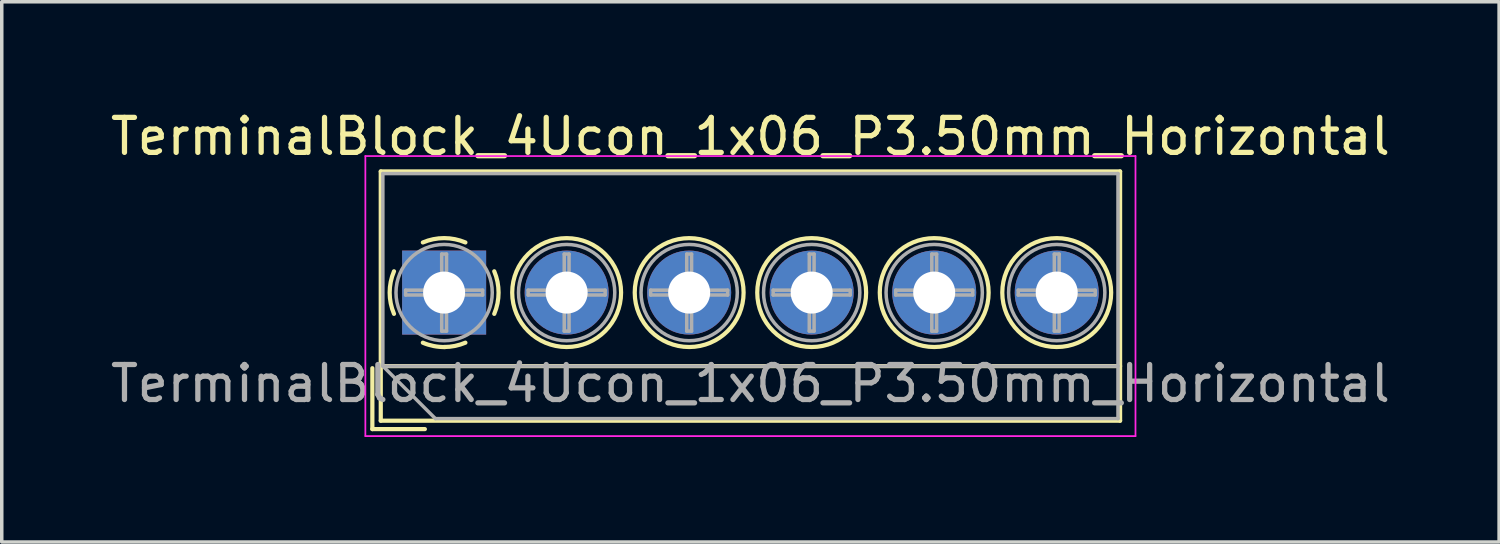
<source format=kicad_pcb>
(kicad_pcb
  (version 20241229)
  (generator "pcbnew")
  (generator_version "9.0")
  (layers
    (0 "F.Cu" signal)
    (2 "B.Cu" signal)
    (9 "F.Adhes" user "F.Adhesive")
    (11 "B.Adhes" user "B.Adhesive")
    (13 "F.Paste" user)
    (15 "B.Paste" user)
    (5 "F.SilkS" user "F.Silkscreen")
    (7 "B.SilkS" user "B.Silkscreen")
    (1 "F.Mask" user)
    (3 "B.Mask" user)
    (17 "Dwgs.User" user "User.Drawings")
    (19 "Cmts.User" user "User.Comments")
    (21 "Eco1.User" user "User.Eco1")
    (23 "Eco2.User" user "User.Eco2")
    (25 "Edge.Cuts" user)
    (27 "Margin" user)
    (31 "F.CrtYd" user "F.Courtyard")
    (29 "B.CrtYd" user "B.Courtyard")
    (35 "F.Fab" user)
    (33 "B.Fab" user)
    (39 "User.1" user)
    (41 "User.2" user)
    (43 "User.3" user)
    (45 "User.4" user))
  (footprint "TerminalBlock_4Ucon_1x06_P3.50mm_Horizontal"
    (layer "F.Cu")
    (at 9.637 5.308)
    (property "Reference" "TerminalBlock_4Ucon_1x06_P3.50mm_Horizontal" (at 8.75 -4.46 0) (layer "F.SilkS") (effects (font (size 1 1) (thickness 0.15))))
    (attr through_hole)
    (fp_line (start -2.05 2.16) (end -2.05 3.9) (stroke (width 0.12) (type solid)) (layer "F.SilkS"))
    (fp_line (start -2.05 3.9) (end -0.55 3.9) (stroke (width 0.12) (type solid)) (layer "F.SilkS"))
    (fp_line (start -1.81 -3.46) (end -1.81 3.66) (stroke (width 0.12) (type solid)) (layer "F.SilkS"))
    (fp_line (start -1.81 2.1) (end 19.31 2.1) (stroke (width 0.12) (type solid)) (layer "F.SilkS"))
    (fp_line (start -1.81 3.66) (end 19.31 3.66) (stroke (width 0.12) (type solid)) (layer "F.SilkS"))
    (fp_line (start 19.31 -3.46) (end -1.81 -3.46) (stroke (width 0.12) (type solid)) (layer "F.SilkS"))
    (fp_line (start 19.31 3.66) (end 19.31 -3.46) (stroke (width 0.12) (type solid)) (layer "F.SilkS"))
    (fp_arc (start -1.432109 0.607742) (mid -1.555727 -0.00014) (end -1.432 -0.608) (stroke (width 0.12) (type solid)) (layer "F.SilkS"))
    (fp_arc (start -0.607742 -1.432109) (mid 0.00014 -1.555727) (end 0.608 -1.432) (stroke (width 0.12) (type solid)) (layer "F.SilkS"))
    (fp_arc (start 0.027011 1.555493) (mid -0.296984 1.527118) (end -0.608 1.432) (stroke (width 0.12) (type solid)) (layer "F.SilkS"))
    (fp_arc (start 0.607587 1.431385) (mid 0.310017 1.523783) (end 0 1.555) (stroke (width 0.12) (type solid)) (layer "F.SilkS"))
    (fp_arc (start 1.432109 -0.607742) (mid 1.555727 0.00014) (end 1.432 0.608) (stroke (width 0.12) (type solid)) (layer "F.SilkS"))
    (fp_circle (center 3.5 0) (end 5.055 0) (stroke (width 0.12) (type solid)) (fill no) (layer "F.SilkS"))
    (fp_circle (center 7 0) (end 8.555 0) (stroke (width 0.12) (type solid)) (fill no) (layer "F.SilkS"))
    (fp_circle (center 10.5 0) (end 12.055 0) (stroke (width 0.12) (type solid)) (fill no) (layer "F.SilkS"))
    (fp_circle (center 14 0) (end 15.555 0) (stroke (width 0.12) (type solid)) (fill no) (layer "F.SilkS"))
    (fp_circle (center 17.5 0) (end 19.055 0) (stroke (width 0.12) (type solid)) (fill no) (layer "F.SilkS"))
    (fp_line (start -2.25 -3.9) (end -2.25 4.1) (stroke (width 0.05) (type solid)) (layer "F.CrtYd"))
    (fp_line (start -2.25 4.1) (end 19.75 4.1) (stroke (width 0.05) (type solid)) (layer "F.CrtYd"))
    (fp_line (start 19.75 -3.9) (end -2.25 -3.9) (stroke (width 0.05) (type solid)) (layer "F.CrtYd"))
    (fp_line (start 19.75 4.1) (end 19.75 -3.9) (stroke (width 0.05) (type solid)) (layer "F.CrtYd"))
    (fp_line (start -1.75 -3.4) (end 19.25 -3.4) (stroke (width 0.1) (type solid)) (layer "F.Fab"))
    (fp_line (start -1.75 2.1) (end -1.75 -3.4) (stroke (width 0.1) (type solid)) (layer "F.Fab"))
    (fp_line (start -1.75 2.1) (end 19.25 2.1) (stroke (width 0.1) (type solid)) (layer "F.Fab"))
    (fp_line (start -1.1 -0.069) (end -0.069 -0.069) (stroke (width 0.1) (type solid)) (layer "F.Fab"))
    (fp_line (start -1.1 0.069) (end -1.1 -0.069) (stroke (width 0.1) (type solid)) (layer "F.Fab"))
    (fp_line (start -0.25 3.6) (end -1.75 2.1) (stroke (width 0.1) (type solid)) (layer "F.Fab"))
    (fp_line (start -0.069 -1.1) (end 0.069 -1.1) (stroke (width 0.1) (type solid)) (layer "F.Fab"))
    (fp_line (start -0.069 -0.069) (end -0.069 -1.1) (stroke (width 0.1) (type solid)) (layer "F.Fab"))
    (fp_line (start -0.069 0.069) (end -1.1 0.069) (stroke (width 0.1) (type solid)) (layer "F.Fab"))
    (fp_line (start -0.069 1.1) (end -0.069 0.069) (stroke (width 0.1) (type solid)) (layer "F.Fab"))
    (fp_line (start 0.069 -1.1) (end 0.069 -0.069) (stroke (width 0.1) (type solid)) (layer "F.Fab"))
    (fp_line (start 0.069 -0.069) (end 1.1 -0.069) (stroke (width 0.1) (type solid)) (layer "F.Fab"))
    (fp_line (start 0.069 0.069) (end 0.069 1.1) (stroke (width 0.1) (type solid)) (layer "F.Fab"))
    (fp_line (start 0.069 1.1) (end -0.069 1.1) (stroke (width 0.1) (type solid)) (layer "F.Fab"))
    (fp_line (start 1.1 -0.069) (end 1.1 0.069) (stroke (width 0.1) (type solid)) (layer "F.Fab"))
    (fp_line (start 1.1 0.069) (end 0.069 0.069) (stroke (width 0.1) (type solid)) (layer "F.Fab"))
    (fp_line (start 2.4 -0.069) (end 3.431 -0.069) (stroke (width 0.1) (type solid)) (layer "F.Fab"))
    (fp_line (start 2.4 0.069) (end 2.4 -0.069) (stroke (width 0.1) (type solid)) (layer "F.Fab"))
    (fp_line (start 3.431 -1.1) (end 3.569 -1.1) (stroke (width 0.1) (type solid)) (layer "F.Fab"))
    (fp_line (start 3.431 -0.069) (end 3.431 -1.1) (stroke (width 0.1) (type solid)) (layer "F.Fab"))
    (fp_line (start 3.431 0.069) (end 2.4 0.069) (stroke (width 0.1) (type solid)) (layer "F.Fab"))
    (fp_line (start 3.431 1.1) (end 3.431 0.069) (stroke (width 0.1) (type solid)) (layer "F.Fab"))
    (fp_line (start 3.569 -1.1) (end 3.569 -0.069) (stroke (width 0.1) (type solid)) (layer "F.Fab"))
    (fp_line (start 3.569 -0.069) (end 4.6 -0.069) (stroke (width 0.1) (type solid)) (layer "F.Fab"))
    (fp_line (start 3.569 0.069) (end 3.569 1.1) (stroke (width 0.1) (type solid)) (layer "F.Fab"))
    (fp_line (start 3.569 1.1) (end 3.431 1.1) (stroke (width 0.1) (type solid)) (layer "F.Fab"))
    (fp_line (start 4.6 -0.069) (end 4.6 0.069) (stroke (width 0.1) (type solid)) (layer "F.Fab"))
    (fp_line (start 4.6 0.069) (end 3.569 0.069) (stroke (width 0.1) (type solid)) (layer "F.Fab"))
    (fp_line (start 5.9 -0.069) (end 6.931 -0.069) (stroke (width 0.1) (type solid)) (layer "F.Fab"))
    (fp_line (start 5.9 0.069) (end 5.9 -0.069) (stroke (width 0.1) (type solid)) (layer "F.Fab"))
    (fp_line (start 6.931 -1.1) (end 7.069 -1.1) (stroke (width 0.1) (type solid)) (layer "F.Fab"))
    (fp_line (start 6.931 -0.069) (end 6.931 -1.1) (stroke (width 0.1) (type solid)) (layer "F.Fab"))
    (fp_line (start 6.931 0.069) (end 5.9 0.069) (stroke (width 0.1) (type solid)) (layer "F.Fab"))
    (fp_line (start 6.931 1.1) (end 6.931 0.069) (stroke (width 0.1) (type solid)) (layer "F.Fab"))
    (fp_line (start 7.069 -1.1) (end 7.069 -0.069) (stroke (width 0.1) (type solid)) (layer "F.Fab"))
    (fp_line (start 7.069 -0.069) (end 8.1 -0.069) (stroke (width 0.1) (type solid)) (layer "F.Fab"))
    (fp_line (start 7.069 0.069) (end 7.069 1.1) (stroke (width 0.1) (type solid)) (layer "F.Fab"))
    (fp_line (start 7.069 1.1) (end 6.931 1.1) (stroke (width 0.1) (type solid)) (layer "F.Fab"))
    (fp_line (start 8.1 -0.069) (end 8.1 0.069) (stroke (width 0.1) (type solid)) (layer "F.Fab"))
    (fp_line (start 8.1 0.069) (end 7.069 0.069) (stroke (width 0.1) (type solid)) (layer "F.Fab"))
    (fp_line (start 9.4 -0.069) (end 10.431 -0.069) (stroke (width 0.1) (type solid)) (layer "F.Fab"))
    (fp_line (start 9.4 0.069) (end 9.4 -0.069) (stroke (width 0.1) (type solid)) (layer "F.Fab"))
    (fp_line (start 10.431 -1.1) (end 10.569 -1.1) (stroke (width 0.1) (type solid)) (layer "F.Fab"))
    (fp_line (start 10.431 -0.069) (end 10.431 -1.1) (stroke (width 0.1) (type solid)) (layer "F.Fab"))
    (fp_line (start 10.431 0.069) (end 9.4 0.069) (stroke (width 0.1) (type solid)) (layer "F.Fab"))
    (fp_line (start 10.431 1.1) (end 10.431 0.069) (stroke (width 0.1) (type solid)) (layer "F.Fab"))
    (fp_line (start 10.569 -1.1) (end 10.569 -0.069) (stroke (width 0.1) (type solid)) (layer "F.Fab"))
    (fp_line (start 10.569 -0.069) (end 11.6 -0.069) (stroke (width 0.1) (type solid)) (layer "F.Fab"))
    (fp_line (start 10.569 0.069) (end 10.569 1.1) (stroke (width 0.1) (type solid)) (layer "F.Fab"))
    (fp_line (start 10.569 1.1) (end 10.431 1.1) (stroke (width 0.1) (type solid)) (layer "F.Fab"))
    (fp_line (start 11.6 -0.069) (end 11.6 0.069) (stroke (width 0.1) (type solid)) (layer "F.Fab"))
    (fp_line (start 11.6 0.069) (end 10.569 0.069) (stroke (width 0.1) (type solid)) (layer "F.Fab"))
    (fp_line (start 12.9 -0.069) (end 13.931 -0.069) (stroke (width 0.1) (type solid)) (layer "F.Fab"))
    (fp_line (start 12.9 0.069) (end 12.9 -0.069) (stroke (width 0.1) (type solid)) (layer "F.Fab"))
    (fp_line (start 13.931 -1.1) (end 14.069 -1.1) (stroke (width 0.1) (type solid)) (layer "F.Fab"))
    (fp_line (start 13.931 -0.069) (end 13.931 -1.1) (stroke (width 0.1) (type solid)) (layer "F.Fab"))
    (fp_line (start 13.931 0.069) (end 12.9 0.069) (stroke (width 0.1) (type solid)) (layer "F.Fab"))
    (fp_line (start 13.931 1.1) (end 13.931 0.069) (stroke (width 0.1) (type solid)) (layer "F.Fab"))
    (fp_line (start 14.069 -1.1) (end 14.069 -0.069) (stroke (width 0.1) (type solid)) (layer "F.Fab"))
    (fp_line (start 14.069 -0.069) (end 15.1 -0.069) (stroke (width 0.1) (type solid)) (layer "F.Fab"))
    (fp_line (start 14.069 0.069) (end 14.069 1.1) (stroke (width 0.1) (type solid)) (layer "F.Fab"))
    (fp_line (start 14.069 1.1) (end 13.931 1.1) (stroke (width 0.1) (type solid)) (layer "F.Fab"))
    (fp_line (start 15.1 -0.069) (end 15.1 0.069) (stroke (width 0.1) (type solid)) (layer "F.Fab"))
    (fp_line (start 15.1 0.069) (end 14.069 0.069) (stroke (width 0.1) (type solid)) (layer "F.Fab"))
    (fp_line (start 16.4 -0.069) (end 17.431 -0.069) (stroke (width 0.1) (type solid)) (layer "F.Fab"))
    (fp_line (start 16.4 0.069) (end 16.4 -0.069) (stroke (width 0.1) (type solid)) (layer "F.Fab"))
    (fp_line (start 17.431 -1.1) (end 17.569 -1.1) (stroke (width 0.1) (type solid)) (layer "F.Fab"))
    (fp_line (start 17.431 -0.069) (end 17.431 -1.1) (stroke (width 0.1) (type solid)) (layer "F.Fab"))
    (fp_line (start 17.431 0.069) (end 16.4 0.069) (stroke (width 0.1) (type solid)) (layer "F.Fab"))
    (fp_line (start 17.431 1.1) (end 17.431 0.069) (stroke (width 0.1) (type solid)) (layer "F.Fab"))
    (fp_line (start 17.569 -1.1) (end 17.569 -0.069) (stroke (width 0.1) (type solid)) (layer "F.Fab"))
    (fp_line (start 17.569 -0.069) (end 18.6 -0.069) (stroke (width 0.1) (type solid)) (layer "F.Fab"))
    (fp_line (start 17.569 0.069) (end 17.569 1.1) (stroke (width 0.1) (type solid)) (layer "F.Fab"))
    (fp_line (start 17.569 1.1) (end 17.431 1.1) (stroke (width 0.1) (type solid)) (layer "F.Fab"))
    (fp_line (start 18.6 -0.069) (end 18.6 0.069) (stroke (width 0.1) (type solid)) (layer "F.Fab"))
    (fp_line (start 18.6 0.069) (end 17.569 0.069) (stroke (width 0.1) (type solid)) (layer "F.Fab"))
    (fp_line (start 19.25 -3.4) (end 19.25 3.6) (stroke (width 0.1) (type solid)) (layer "F.Fab"))
    (fp_line (start 19.25 3.6) (end -0.25 3.6) (stroke (width 0.1) (type solid)) (layer "F.Fab"))
    (fp_circle (center 0 0) (end 1.375 0) (stroke (width 0.1) (type solid)) (fill no) (layer "F.Fab"))
    (fp_circle (center 3.5 0) (end 4.875 0) (stroke (width 0.1) (type solid)) (fill no) (layer "F.Fab"))
    (fp_circle (center 7 0) (end 8.375 0) (stroke (width 0.1) (type solid)) (fill no) (layer "F.Fab"))
    (fp_circle (center 10.5 0) (end 11.875 0) (stroke (width 0.1) (type solid)) (fill no) (layer "F.Fab"))
    (fp_circle (center 14 0) (end 15.375 0) (stroke (width 0.1) (type solid)) (fill no) (layer "F.Fab"))
    (fp_circle (center 17.5 0) (end 18.875 0) (stroke (width 0.1) (type solid)) (fill no) (layer "F.Fab"))
    (fp_text user "${REFERENCE}" (at 8.75 2.6 0) (layer "F.Fab") (effects (font (size 1 1) (thickness 0.15))))
    (pad "1" thru_hole rect (at 0 0) (size 2.4 2.4) (drill 1.2) (layers "*.Cu" "*.Mask"))
    (pad "2" thru_hole circle (at 3.5 0) (size 2.4 2.4) (drill 1.2) (layers "*.Cu" "*.Mask"))
    (pad "3" thru_hole circle (at 7 0) (size 2.4 2.4) (drill 1.2) (layers "*.Cu" "*.Mask"))
    (pad "4" thru_hole circle (at 10.5 0) (size 2.4 2.4) (drill 1.2) (layers "*.Cu" "*.Mask"))
    (pad "5" thru_hole circle (at 14 0) (size 2.4 2.4) (drill 1.2) (layers "*.Cu" "*.Mask"))
    (pad "6" thru_hole circle (at 17.5 0) (size 2.4 2.4) (drill 1.2) (layers "*.Cu" "*.Mask")))
  (gr_rect
    (start -3 -3)
    (end 39.774 12.433)
    (stroke (width 0.1) (type default))
    (fill no)
    (layer "Edge.Cuts")))
</source>
